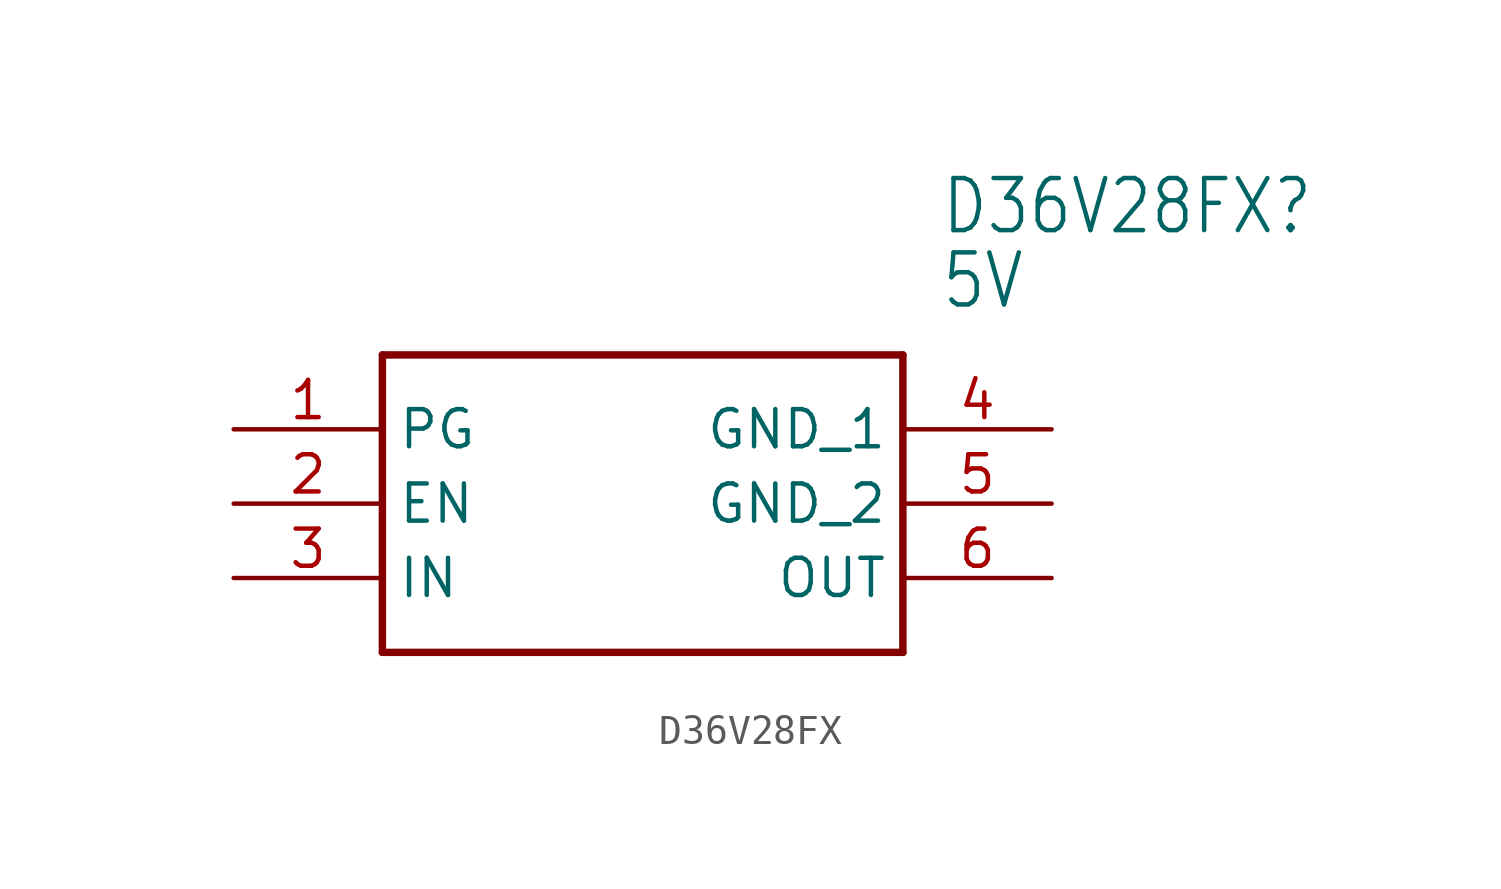
<source format=kicad_sym>
(kicad_symbol_lib
  (version 20220914)
  (generator kicad_symbol_editor)
  (symbol "D36V28FX"
    (property "Reference" "D36V28FX"
      (at 24.13 7.62 0)
      (effects (font (size 1.778 1.511)) (justify left)))
    (property "Value" "5V"
      (at 24.13 5.08 0)
      (effects (font (size 1.778 1.511)) (justify left)))
    (symbol "D36V28FX_1_0"
      (polyline (pts (xy 5.08 2.54) (xy 5.08 -7.62)) (stroke (width 0.254) (type solid)) (fill (type none)))
      (polyline (pts (xy 5.08 2.54) (xy 22.86 2.54)) (stroke (width 0.254) (type solid)) (fill (type none)))
      (polyline (pts (xy 22.86 -7.62) (xy 5.08 -7.62)) (stroke (width 0.254) (type solid)) (fill (type none)))
      (polyline (pts (xy 22.86 -7.62) (xy 22.86 2.54)) (stroke (width 0.254) (type solid)) (fill (type none)))
      (pin bidirectional line (at 0 0 0) (length 5.08) (name "PG" (effects (font (size 1.27 1.27)))) (number "1" (effects (font (size 1.27 1.27)))))
      (pin bidirectional line (at 0 -2.54 0) (length 5.08) (name "EN" (effects (font (size 1.27 1.27)))) (number "2" (effects (font (size 1.27 1.27)))))
      (pin bidirectional line (at 0 -5.08 0) (length 5.08) (name "IN" (effects (font (size 1.27 1.27)))) (number "3" (effects (font (size 1.27 1.27)))))
      (pin bidirectional line (at 27.94 0 180) (length 5.08) (name "GND_1" (effects (font (size 1.27 1.27)))) (number "4" (effects (font (size 1.27 1.27)))))
      (pin bidirectional line (at 27.94 -2.54 180) (length 5.08) (name "GND_2" (effects (font (size 1.27 1.27)))) (number "5" (effects (font (size 1.27 1.27)))))
      (pin bidirectional line (at 27.94 -5.08 180) (length 5.08) (name "OUT" (effects (font (size 1.27 1.27)))) (number "6" (effects (font (size 1.27 1.27))))))))
</source>
